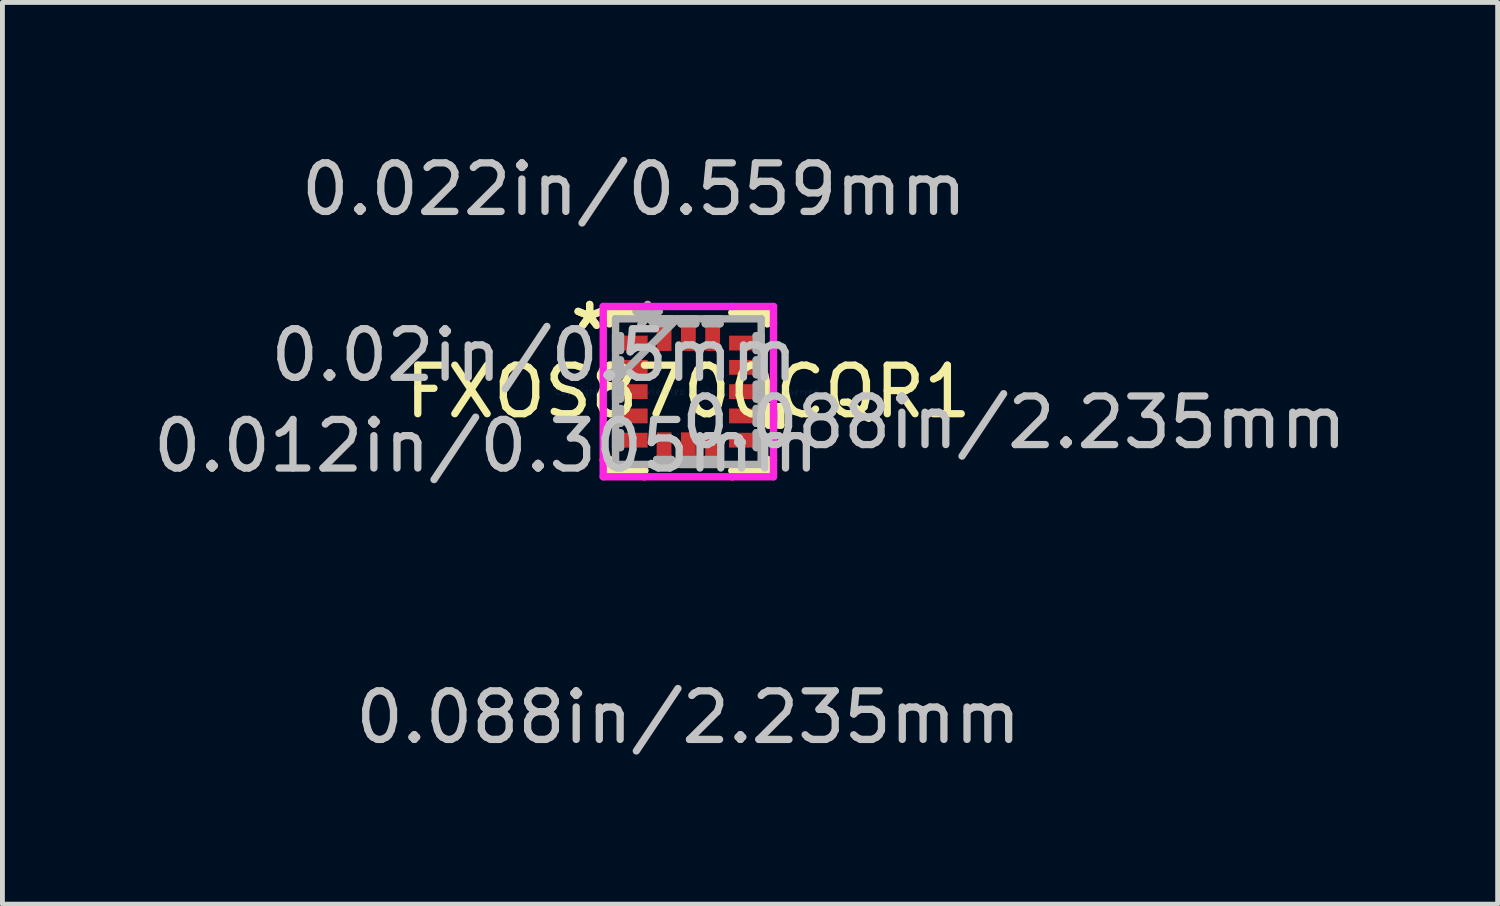
<source format=kicad_pcb>
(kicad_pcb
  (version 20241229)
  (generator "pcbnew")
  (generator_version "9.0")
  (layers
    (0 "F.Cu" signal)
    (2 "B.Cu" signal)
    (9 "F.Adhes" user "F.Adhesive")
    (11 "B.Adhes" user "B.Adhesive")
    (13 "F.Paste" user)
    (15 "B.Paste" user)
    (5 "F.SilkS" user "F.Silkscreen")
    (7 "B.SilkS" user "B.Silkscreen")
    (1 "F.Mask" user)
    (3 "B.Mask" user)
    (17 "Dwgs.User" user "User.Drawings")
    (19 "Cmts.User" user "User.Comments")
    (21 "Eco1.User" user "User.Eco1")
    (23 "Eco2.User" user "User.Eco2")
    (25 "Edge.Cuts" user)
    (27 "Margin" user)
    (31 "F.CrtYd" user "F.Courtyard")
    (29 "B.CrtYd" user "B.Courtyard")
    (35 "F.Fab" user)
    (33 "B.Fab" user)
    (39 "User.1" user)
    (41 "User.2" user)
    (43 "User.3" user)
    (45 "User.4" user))
  (footprint "FXOS8700CQR1"
    (layer "F.Cu")
    (at 11.124 5.014)
    (property "Reference" "FXOS8700CQR1" (at 0 0 0) (layer "F.SilkS") (effects (font (size 1 1) (thickness 0.15))))
    (attr through_hole)
    (fp_line (start -1.626 -1.626) (end -1.626 -1.394) (stroke (width 0.152) (type solid)) (layer "F.SilkS"))
    (fp_line (start -1.626 1.394) (end -1.626 1.626) (stroke (width 0.152) (type solid)) (layer "F.SilkS"))
    (fp_line (start -1.626 1.626) (end -0.894 1.626) (stroke (width 0.152) (type solid)) (layer "F.SilkS"))
    (fp_line (start -0.894 -1.626) (end -1.626 -1.626) (stroke (width 0.152) (type solid)) (layer "F.SilkS"))
    (fp_line (start 0.894 1.626) (end 1.626 1.626) (stroke (width 0.152) (type solid)) (layer "F.SilkS"))
    (fp_line (start 1.626 -1.626) (end 0.894 -1.626) (stroke (width 0.152) (type solid)) (layer "F.SilkS"))
    (fp_line (start 1.626 -1.394) (end 1.626 -1.626) (stroke (width 0.152) (type solid)) (layer "F.SilkS"))
    (fp_line (start 1.626 1.626) (end 1.626 1.394) (stroke (width 0.152) (type solid)) (layer "F.SilkS"))
    (fp_line (start 1.651 0.309) (end 1.905 0.309) (stroke (width 0.152) (type solid)) (layer "F.SilkS"))
    (fp_line (start 1.651 0.69) (end 1.651 0.309) (stroke (width 0.152) (type solid)) (layer "F.SilkS"))
    (fp_line (start 1.905 0.309) (end 1.905 0.69) (stroke (width 0.152) (type solid)) (layer "F.SilkS"))
    (fp_line (start 1.905 0.69) (end 1.651 0.69) (stroke (width 0.152) (type solid)) (layer "F.SilkS"))
    (fp_line (start -1.753 -1.753) (end -0.906 -1.753) (stroke (width 0.152) (type solid)) (layer "F.CrtYd"))
    (fp_line (start -1.753 -1.406) (end -1.753 -1.753) (stroke (width 0.152) (type solid)) (layer "F.CrtYd"))
    (fp_line (start -1.753 -1.406) (end -1.753 -1.406) (stroke (width 0.152) (type solid)) (layer "F.CrtYd"))
    (fp_line (start -1.753 1.406) (end -1.753 -1.406) (stroke (width 0.152) (type solid)) (layer "F.CrtYd"))
    (fp_line (start -1.753 1.406) (end -1.753 1.406) (stroke (width 0.152) (type solid)) (layer "F.CrtYd"))
    (fp_line (start -1.753 1.753) (end -1.753 1.406) (stroke (width 0.152) (type solid)) (layer "F.CrtYd"))
    (fp_line (start -0.906 -1.753) (end -0.906 -1.753) (stroke (width 0.152) (type solid)) (layer "F.CrtYd"))
    (fp_line (start -0.906 -1.753) (end 0.906 -1.753) (stroke (width 0.152) (type solid)) (layer "F.CrtYd"))
    (fp_line (start -0.906 1.753) (end -1.753 1.753) (stroke (width 0.152) (type solid)) (layer "F.CrtYd"))
    (fp_line (start -0.906 1.753) (end -0.906 1.753) (stroke (width 0.152) (type solid)) (layer "F.CrtYd"))
    (fp_line (start 0.906 -1.753) (end 0.906 -1.753) (stroke (width 0.152) (type solid)) (layer "F.CrtYd"))
    (fp_line (start 0.906 -1.753) (end 1.753 -1.753) (stroke (width 0.152) (type solid)) (layer "F.CrtYd"))
    (fp_line (start 0.906 1.753) (end -0.906 1.753) (stroke (width 0.152) (type solid)) (layer "F.CrtYd"))
    (fp_line (start 0.906 1.753) (end 0.906 1.753) (stroke (width 0.152) (type solid)) (layer "F.CrtYd"))
    (fp_line (start 1.753 -1.753) (end 1.753 -1.406) (stroke (width 0.152) (type solid)) (layer "F.CrtYd"))
    (fp_line (start 1.753 -1.406) (end 1.753 -1.406) (stroke (width 0.152) (type solid)) (layer "F.CrtYd"))
    (fp_line (start 1.753 -1.406) (end 1.753 1.406) (stroke (width 0.152) (type solid)) (layer "F.CrtYd"))
    (fp_line (start 1.753 1.406) (end 1.753 1.406) (stroke (width 0.152) (type solid)) (layer "F.CrtYd"))
    (fp_line (start 1.753 1.406) (end 1.753 1.753) (stroke (width 0.152) (type solid)) (layer "F.CrtYd"))
    (fp_line (start 1.753 1.753) (end 0.906 1.753) (stroke (width 0.152) (type solid)) (layer "F.CrtYd"))
    (fp_line (start -1.499 -1.499) (end -1.499 -1.499) (stroke (width 0.152) (type solid)) (layer "F.Fab"))
    (fp_line (start -1.499 -1.499) (end -1.499 1.499) (stroke (width 0.152) (type solid)) (layer "F.Fab"))
    (fp_line (start -1.499 -1.152) (end -1.397 -1.152) (stroke (width 0.152) (type solid)) (layer "F.Fab"))
    (fp_line (start -1.499 -0.848) (end -1.499 -1.152) (stroke (width 0.152) (type solid)) (layer "F.Fab"))
    (fp_line (start -1.499 -0.652) (end -1.397 -0.652) (stroke (width 0.152) (type solid)) (layer "F.Fab"))
    (fp_line (start -1.499 -0.348) (end -1.499 -0.652) (stroke (width 0.152) (type solid)) (layer "F.Fab"))
    (fp_line (start -1.499 -0.229) (end -0.229 -1.499) (stroke (width 0.152) (type solid)) (layer "F.Fab"))
    (fp_line (start -1.499 -0.152) (end -1.397 -0.152) (stroke (width 0.152) (type solid)) (layer "F.Fab"))
    (fp_line (start -1.499 0.152) (end -1.499 -0.152) (stroke (width 0.152) (type solid)) (layer "F.Fab"))
    (fp_line (start -1.499 0.348) (end -1.397 0.348) (stroke (width 0.152) (type solid)) (layer "F.Fab"))
    (fp_line (start -1.499 0.652) (end -1.499 0.348) (stroke (width 0.152) (type solid)) (layer "F.Fab"))
    (fp_line (start -1.499 0.848) (end -1.397 0.848) (stroke (width 0.152) (type solid)) (layer "F.Fab"))
    (fp_line (start -1.499 1.152) (end -1.499 0.848) (stroke (width 0.152) (type solid)) (layer "F.Fab"))
    (fp_line (start -1.499 1.499) (end -1.499 1.499) (stroke (width 0.152) (type solid)) (layer "F.Fab"))
    (fp_line (start -1.499 1.499) (end 1.499 1.499) (stroke (width 0.152) (type solid)) (layer "F.Fab"))
    (fp_line (start -1.397 -1.152) (end -1.397 -0.848) (stroke (width 0.152) (type solid)) (layer "F.Fab"))
    (fp_line (start -1.397 -0.848) (end -1.499 -0.848) (stroke (width 0.152) (type solid)) (layer "F.Fab"))
    (fp_line (start -1.397 -0.652) (end -1.397 -0.348) (stroke (width 0.152) (type solid)) (layer "F.Fab"))
    (fp_line (start -1.397 -0.348) (end -1.499 -0.348) (stroke (width 0.152) (type solid)) (layer "F.Fab"))
    (fp_line (start -1.397 -0.152) (end -1.397 0.152) (stroke (width 0.152) (type solid)) (layer "F.Fab"))
    (fp_line (start -1.397 0.152) (end -1.499 0.152) (stroke (width 0.152) (type solid)) (layer "F.Fab"))
    (fp_line (start -1.397 0.348) (end -1.397 0.652) (stroke (width 0.152) (type solid)) (layer "F.Fab"))
    (fp_line (start -1.397 0.652) (end -1.499 0.652) (stroke (width 0.152) (type solid)) (layer "F.Fab"))
    (fp_line (start -1.397 0.848) (end -1.397 1.152) (stroke (width 0.152) (type solid)) (layer "F.Fab"))
    (fp_line (start -1.397 1.152) (end -1.499 1.152) (stroke (width 0.152) (type solid)) (layer "F.Fab"))
    (fp_line (start -0.652 -1.499) (end -0.348 -1.499) (stroke (width 0.152) (type solid)) (layer "F.Fab"))
    (fp_line (start -0.652 -1.397) (end -0.652 -1.499) (stroke (width 0.152) (type solid)) (layer "F.Fab"))
    (fp_line (start -0.652 1.397) (end -0.348 1.397) (stroke (width 0.152) (type solid)) (layer "F.Fab"))
    (fp_line (start -0.652 1.499) (end -0.652 1.397) (stroke (width 0.152) (type solid)) (layer "F.Fab"))
    (fp_line (start -0.348 -1.499) (end -0.348 -1.397) (stroke (width 0.152) (type solid)) (layer "F.Fab"))
    (fp_line (start -0.348 -1.397) (end -0.652 -1.397) (stroke (width 0.152) (type solid)) (layer "F.Fab"))
    (fp_line (start -0.348 1.397) (end -0.348 1.499) (stroke (width 0.152) (type solid)) (layer "F.Fab"))
    (fp_line (start -0.348 1.499) (end -0.652 1.499) (stroke (width 0.152) (type solid)) (layer "F.Fab"))
    (fp_line (start -0.152 -1.499) (end 0.152 -1.499) (stroke (width 0.152) (type solid)) (layer "F.Fab"))
    (fp_line (start -0.152 -1.397) (end -0.152 -1.499) (stroke (width 0.152) (type solid)) (layer "F.Fab"))
    (fp_line (start -0.152 1.397) (end 0.152 1.397) (stroke (width 0.152) (type solid)) (layer "F.Fab"))
    (fp_line (start -0.152 1.499) (end -0.152 1.397) (stroke (width 0.152) (type solid)) (layer "F.Fab"))
    (fp_line (start 0.152 -1.499) (end 0.152 -1.397) (stroke (width 0.152) (type solid)) (layer "F.Fab"))
    (fp_line (start 0.152 -1.397) (end -0.152 -1.397) (stroke (width 0.152) (type solid)) (layer "F.Fab"))
    (fp_line (start 0.152 1.397) (end 0.152 1.499) (stroke (width 0.152) (type solid)) (layer "F.Fab"))
    (fp_line (start 0.152 1.499) (end -0.152 1.499) (stroke (width 0.152) (type solid)) (layer "F.Fab"))
    (fp_line (start 0.348 -1.499) (end 0.652 -1.499) (stroke (width 0.152) (type solid)) (layer "F.Fab"))
    (fp_line (start 0.348 -1.397) (end 0.348 -1.499) (stroke (width 0.152) (type solid)) (layer "F.Fab"))
    (fp_line (start 0.348 1.397) (end 0.652 1.397) (stroke (width 0.152) (type solid)) (layer "F.Fab"))
    (fp_line (start 0.348 1.499) (end 0.348 1.397) (stroke (width 0.152) (type solid)) (layer "F.Fab"))
    (fp_line (start 0.652 -1.499) (end 0.652 -1.397) (stroke (width 0.152) (type solid)) (layer "F.Fab"))
    (fp_line (start 0.652 -1.397) (end 0.348 -1.397) (stroke (width 0.152) (type solid)) (layer "F.Fab"))
    (fp_line (start 0.652 1.397) (end 0.652 1.499) (stroke (width 0.152) (type solid)) (layer "F.Fab"))
    (fp_line (start 0.652 1.499) (end 0.348 1.499) (stroke (width 0.152) (type solid)) (layer "F.Fab"))
    (fp_line (start 1.397 -1.152) (end 1.499 -1.152) (stroke (width 0.152) (type solid)) (layer "F.Fab"))
    (fp_line (start 1.397 -0.848) (end 1.397 -1.152) (stroke (width 0.152) (type solid)) (layer "F.Fab"))
    (fp_line (start 1.397 -0.652) (end 1.499 -0.652) (stroke (width 0.152) (type solid)) (layer "F.Fab"))
    (fp_line (start 1.397 -0.348) (end 1.397 -0.652) (stroke (width 0.152) (type solid)) (layer "F.Fab"))
    (fp_line (start 1.397 -0.152) (end 1.499 -0.152) (stroke (width 0.152) (type solid)) (layer "F.Fab"))
    (fp_line (start 1.397 0.152) (end 1.397 -0.152) (stroke (width 0.152) (type solid)) (layer "F.Fab"))
    (fp_line (start 1.397 0.348) (end 1.499 0.348) (stroke (width 0.152) (type solid)) (layer "F.Fab"))
    (fp_line (start 1.397 0.652) (end 1.397 0.348) (stroke (width 0.152) (type solid)) (layer "F.Fab"))
    (fp_line (start 1.397 0.848) (end 1.499 0.848) (stroke (width 0.152) (type solid)) (layer "F.Fab"))
    (fp_line (start 1.397 1.152) (end 1.397 0.848) (stroke (width 0.152) (type solid)) (layer "F.Fab"))
    (fp_line (start 1.499 -1.499) (end -1.499 -1.499) (stroke (width 0.152) (type solid)) (layer "F.Fab"))
    (fp_line (start 1.499 -1.499) (end 1.499 -1.499) (stroke (width 0.152) (type solid)) (layer "F.Fab"))
    (fp_line (start 1.499 -1.152) (end 1.499 -0.848) (stroke (width 0.152) (type solid)) (layer "F.Fab"))
    (fp_line (start 1.499 -0.848) (end 1.397 -0.848) (stroke (width 0.152) (type solid)) (layer "F.Fab"))
    (fp_line (start 1.499 -0.652) (end 1.499 -0.348) (stroke (width 0.152) (type solid)) (layer "F.Fab"))
    (fp_line (start 1.499 -0.348) (end 1.397 -0.348) (stroke (width 0.152) (type solid)) (layer "F.Fab"))
    (fp_line (start 1.499 -0.152) (end 1.499 0.152) (stroke (width 0.152) (type solid)) (layer "F.Fab"))
    (fp_line (start 1.499 0.152) (end 1.397 0.152) (stroke (width 0.152) (type solid)) (layer "F.Fab"))
    (fp_line (start 1.499 0.348) (end 1.499 0.652) (stroke (width 0.152) (type solid)) (layer "F.Fab"))
    (fp_line (start 1.499 0.652) (end 1.397 0.652) (stroke (width 0.152) (type solid)) (layer "F.Fab"))
    (fp_line (start 1.499 0.848) (end 1.499 1.152) (stroke (width 0.152) (type solid)) (layer "F.Fab"))
    (fp_line (start 1.499 1.152) (end 1.397 1.152) (stroke (width 0.152) (type solid)) (layer "F.Fab"))
    (fp_line (start 1.499 1.499) (end 1.499 -1.499) (stroke (width 0.152) (type solid)) (layer "F.Fab"))
    (fp_line (start 1.499 1.499) (end 1.499 1.499) (stroke (width 0.152) (type solid)) (layer "F.Fab"))
    (fp_text user "*" (at -2.032 -1.25 0) (layer "F.SilkS") (effects (font (size 1 1) (thickness 0.15))))
    (fp_text user "*" (at -2.032 -1.25 0) (layer "F.SilkS") (effects (font (size 1 1) (thickness 0.15))))
    (fp_text user "0.088in/2.235mm" (at 0 6.706 0) (layer "Dwgs.User") (effects (font (size 1 1) (thickness 0.15))))
    (fp_text user "0.022in/0.559mm" (at -1.118 -4.166 0) (layer "Dwgs.User") (effects (font (size 1 1) (thickness 0.15))))
    (fp_text user "0.088in/2.235mm" (at 6.706 0.635 0) (layer "Dwgs.User") (effects (font (size 1 1) (thickness 0.15))))
    (fp_text user "0.02in/0.5mm" (at -3.175 -0.75 0) (layer "Dwgs.User") (effects (font (size 1 1) (thickness 0.15))))
    (fp_text user "0.012in/0.305mm" (at -4.166 1.118 0) (layer "Dwgs.User") (effects (font (size 1 1) (thickness 0.15))))
    (fp_text user "Copyright 2016 Accelerated Designs. All rights reserved." (at 0 0 0) (layer "Cmts.User") (effects (font (size 0.127 0.127) (thickness 0.002))))
    (fp_text user "*" (at -0.838 -1.25 0) (layer "F.Fab") (effects (font (size 1 1) (thickness 0.15))))
    (fp_text user "*" (at -0.838 -1.25 0) (layer "F.Fab") (effects (font (size 1 1) (thickness 0.15))))
    (pad "1" smd rect (at -1.118 -1 90) (size 0.305 0.559) (layers "F.Cu" "F.Mask" "F.Paste"))
    (pad "2" smd rect (at -1.118 -0.5 90) (size 0.305 0.559) (layers "F.Cu" "F.Mask" "F.Paste"))
    (pad "3" smd rect (at -1.118 0 90) (size 0.305 0.559) (layers "F.Cu" "F.Mask" "F.Paste"))
    (pad "4" smd rect (at -1.118 0.5 90) (size 0.305 0.559) (layers "F.Cu" "F.Mask" "F.Paste"))
    (pad "5" smd rect (at -1.118 1 90) (size 0.305 0.559) (layers "F.Cu" "F.Mask" "F.Paste"))
    (pad "6" smd rect (at -0.5 1.118) (size 0.305 0.559) (layers "F.Cu" "F.Mask" "F.Paste"))
    (pad "7" smd rect (at 0 1.118) (size 0.305 0.559) (layers "F.Cu" "F.Mask" "F.Paste"))
    (pad "8" smd rect (at 0.5 1.118) (size 0.305 0.559) (layers "F.Cu" "F.Mask" "F.Paste"))
    (pad "9" smd rect (at 1.118 1 90) (size 0.305 0.559) (layers "F.Cu" "F.Mask" "F.Paste"))
    (pad "10" smd rect (at 1.118 0.5 90) (size 0.305 0.559) (layers "F.Cu" "F.Mask" "F.Paste"))
    (pad "11" smd rect (at 1.118 0 90) (size 0.305 0.559) (layers "F.Cu" "F.Mask" "F.Paste"))
    (pad "12" smd rect (at 1.118 -0.5 90) (size 0.305 0.559) (layers "F.Cu" "F.Mask" "F.Paste"))
    (pad "13" smd rect (at 1.118 -1 90) (size 0.305 0.559) (layers "F.Cu" "F.Mask" "F.Paste"))
    (pad "14" smd rect (at 0.5 -1.118) (size 0.305 0.559) (layers "F.Cu" "F.Mask" "F.Paste"))
    (pad "15" smd rect (at 0 -1.118) (size 0.305 0.559) (layers "F.Cu" "F.Mask" "F.Paste"))
    (pad "16" smd rect (at -0.5 -1.118) (size 0.305 0.559) (layers "F.Cu" "F.Mask" "F.Paste")))
  (gr_rect
    (start -3 -3)
    (end 27.788 15.568)
    (stroke (width 0.1) (type default))
    (fill no)
    (layer "Edge.Cuts")))
</source>
